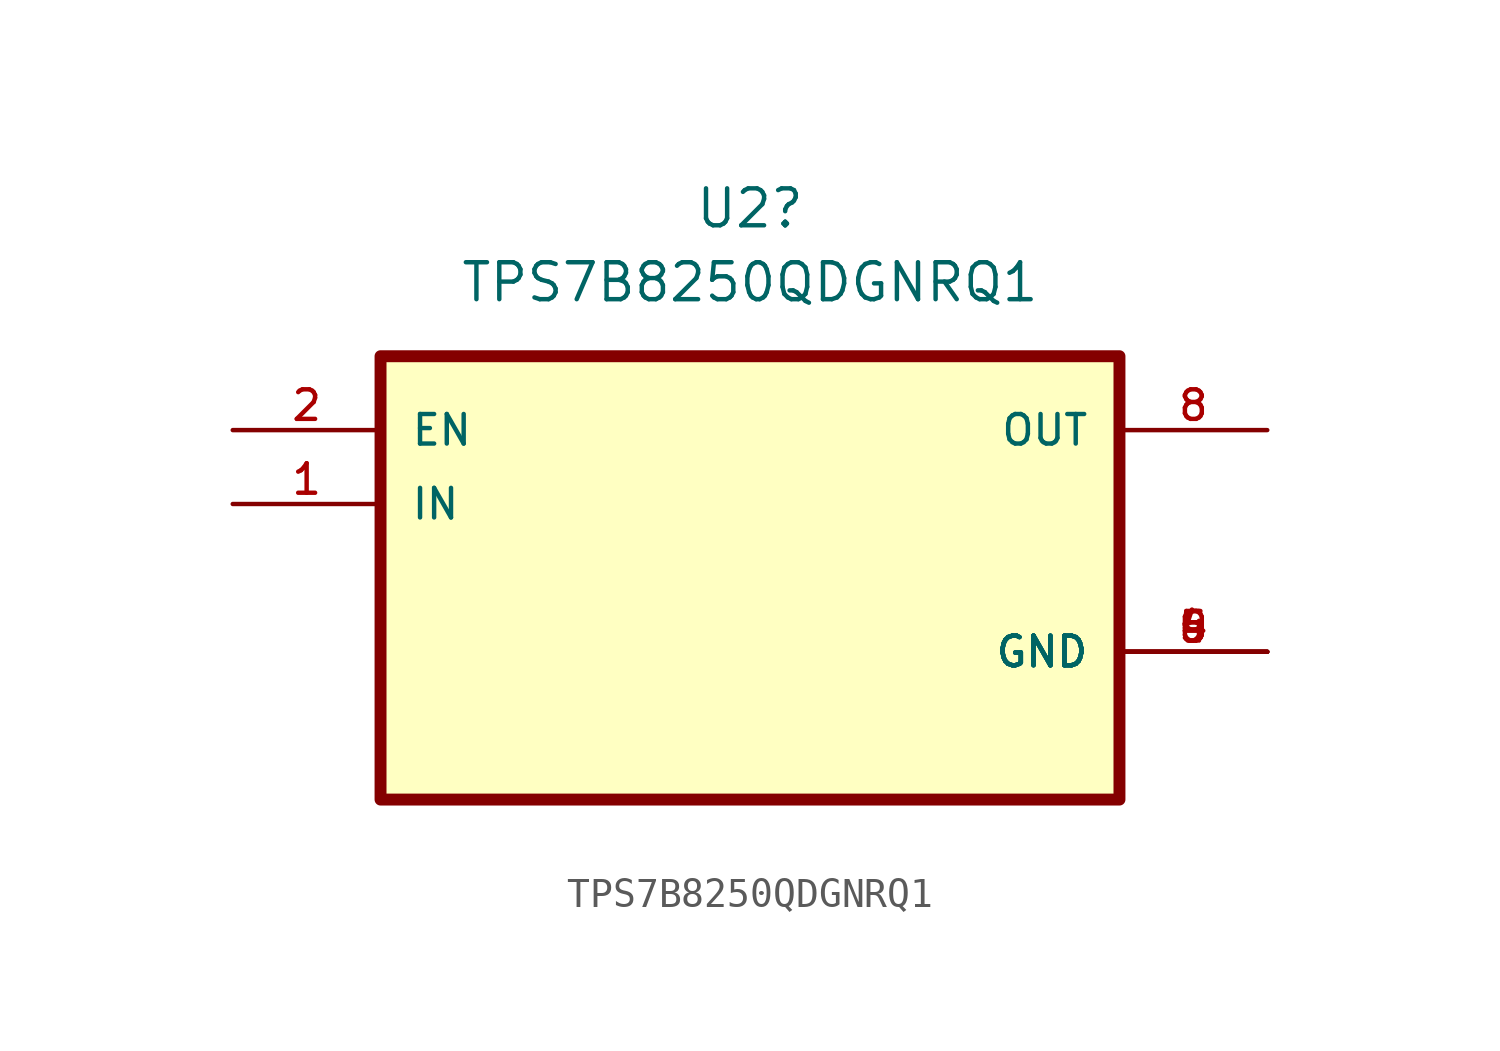
<source format=kicad_sym>
(kicad_symbol_lib
  (version 20220914)
  (generator kicad_symbol_editor)
  (symbol "TPS7B8250QDGNRQ1"
    (pin_names
      (offset 1.016))
    (property "Reference" "U2"
      (at 0 12.7 0)
      (effects (font (size 1.27 1.27))))
    (property "Value" "TPS7B8250QDGNRQ1"
      (at 0 10.16 0)
      (effects (font (size 1.27 1.27))))
    (symbol "TPS7B8250QDGNRQ1_0_0"
      (rectangle (start -12.7 -7.62) (end 12.7 7.62) (stroke (width 0.41) (type default)) (fill (type background)))
      (pin input line (at -17.78 2.54 0) (length 5.08) (name "IN" (effects (font (size 1.016 1.016)))) (number "1" (effects (font (size 1.016 1.016)))))
      (pin input line (at -17.78 5.08 0) (length 5.08) (name "EN" (effects (font (size 1.016 1.016)))) (number "2" (effects (font (size 1.016 1.016)))))
      (pin power_in line (at 17.78 -2.54 180) (length 5.08) (name "GND" (effects (font (size 1.016 1.016)))) (number "4" (effects (font (size 1.016 1.016)))))
      (pin power_in line (at 17.78 -2.54 180) (length 5.08) (name "GND" (effects (font (size 1.016 1.016)))) (number "5" (effects (font (size 1.016 1.016)))))
      (pin output line (at 17.78 5.08 180) (length 5.08) (name "OUT" (effects (font (size 1.016 1.016)))) (number "8" (effects (font (size 1.016 1.016))))))
    (symbol "TPS7B8250QDGNRQ1_1_0"
      (pin power_in line (at 17.78 -2.54 180) (length 5.08) (name "GND" (effects (font (size 1.016 1.016)))) (number "6" (effects (font (size 1.016 1.016))))))
    (symbol "TPS7B8250QDGNRQ1_1_1"
      (pin input line (at 17.78 -2.54 180) (length 5.08) (name "GND" (effects (font (size 1.016 1.016)))) (number "9" (effects (font (size 1.016 1.016))))))))
</source>
